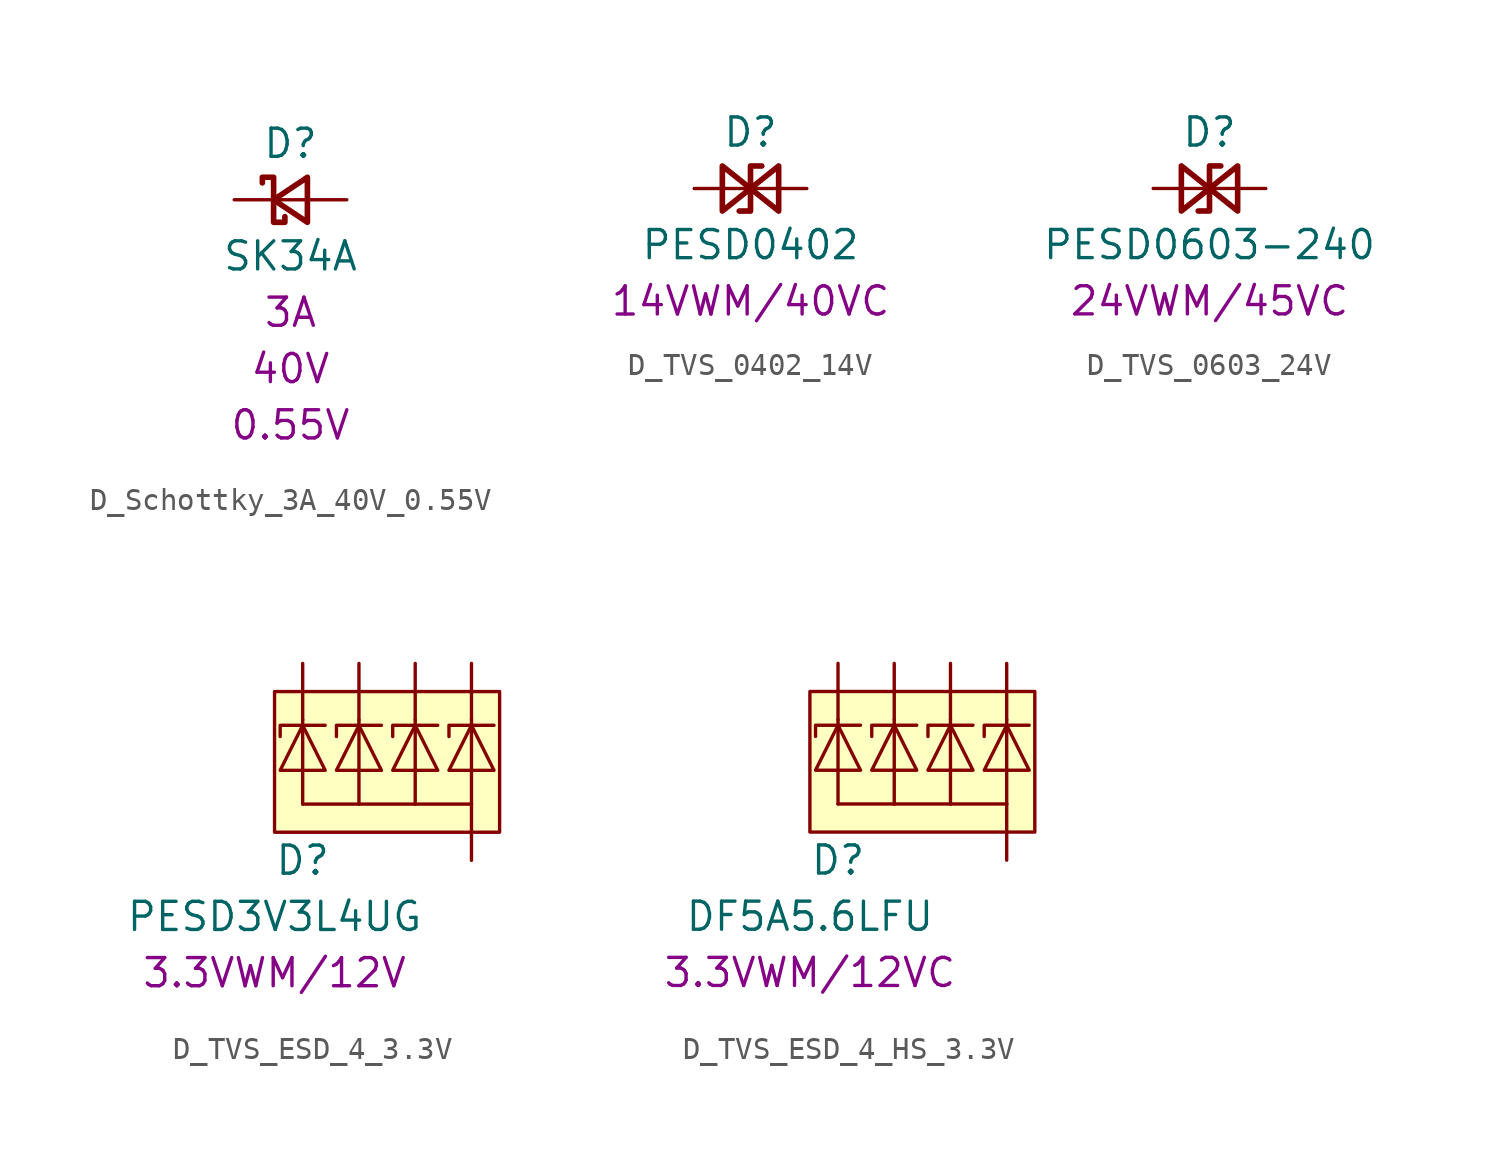
<source format=kicad_sym>
(kicad_symbol_lib
  (version 20241209)
  (generator "kicad_symbol_editor")
  (generator_version "9.0")
  (symbol "D_Schottky_3A_40V_0.55V"
    (pin_numbers
      (hide yes))
    (pin_names
      (offset 1.016)
      (hide yes))
    (property "Reference" "D"
      (at 0 2.54 0)
      (effects (font (size 1.27 1.27))))
    (property "Value" "SK34A"
      (at 0 -2.54 0)
      (effects (font (size 1.27 1.27))))
    (property "IMax" "3A"
      (at 0 -5.08 0)
      (effects (font (size 1.27 1.27))))
    (property "VDrop" "0.55V"
      (at 0 -10.16 0)
      (effects (font (size 1.27 1.27))))
    (property "VMax" "40V"
      (at 0 -7.62 0)
      (effects (font (size 1.27 1.27))))
    (symbol "D_Schottky_3A_40V_0.55V_0_1"
      (polyline (pts (xy -1.27 0.762) (xy -1.27 1.016) (xy -0.762 1.016) (xy -0.762 -1.016) (xy -0.254 -1.016) (xy -0.254 -0.762)) (stroke (width 0.254) (type default)) (fill (type none)))
      (polyline (pts (xy -0.762 0) (xy 0.762 0)) (stroke (width 0) (type default)) (fill (type none)))
      (polyline (pts (xy 0.762 -1.016) (xy -0.762 0) (xy 0.762 1.016) (xy 0.762 -1.016)) (stroke (width 0.254) (type default)) (fill (type none))))
    (symbol "D_Schottky_3A_40V_0.55V_1_1"
      (pin passive line (at -2.54 0 0) (length 1.778) (name "K" (effects (font (size 1.27 1.27)))) (number "1" (effects (font (size 1.27 1.27)))))
      (pin passive line (at 2.54 0 180) (length 1.778) (name "A" (effects (font (size 1.27 1.27)))) (number "2" (effects (font (size 1.27 1.27)))))))
  (symbol "D_TVS_0402_14V"
    (pin_numbers
      (hide yes))
    (pin_names
      (offset 1.016)
      (hide yes))
    (property "Reference" "D"
      (at 0 2.54 0)
      (effects (font (size 1.27 1.27))))
    (property "Value" "PESD0402"
      (at 0 -2.54 0)
      (effects (font (size 1.27 1.27))))
    (property "Rating" "14VWM/40VC"
      (at 0 -5.08 0)
      (effects (font (size 1.27 1.27))))
    (symbol "D_TVS_0402_14V_0_1"
      (polyline (pts (xy -1.27 1.016) (xy -1.27 -1.016) (xy 1.27 1.016) (xy 1.27 -1.016) (xy -1.27 1.016)) (stroke (width 0.254) (type default)) (fill (type none)))
      (polyline (pts (xy -1.27 0) (xy 1.27 0)) (stroke (width 0) (type default)) (fill (type none)))
      (polyline (pts (xy 0.508 1.016) (xy 0 1.016) (xy 0 -1.016) (xy -0.508 -1.016)) (stroke (width 0.254) (type default)) (fill (type none))))
    (symbol "D_TVS_0402_14V_1_1"
      (pin passive line (at -2.54 0 0) (length 1.27) (name "A1" (effects (font (size 1.27 1.27)))) (number "1" (effects (font (size 1.27 1.27)))))
      (pin passive line (at 2.54 0 180) (length 1.27) (name "A2" (effects (font (size 1.27 1.27)))) (number "2" (effects (font (size 1.27 1.27)))))))
  (symbol "D_TVS_0603_24V"
    (pin_numbers
      (hide yes))
    (pin_names
      (offset 1.016)
      (hide yes))
    (property "Reference" "D"
      (at 0 2.54 0)
      (effects (font (size 1.27 1.27))))
    (property "Value" "PESD0603-240"
      (at 0 -2.54 0)
      (effects (font (size 1.27 1.27))))
    (property "Rating" "24VWM/45VC"
      (at 0 -5.08 0)
      (effects (font (size 1.27 1.27))))
    (symbol "D_TVS_0603_24V_0_1"
      (polyline (pts (xy -1.27 1.016) (xy -1.27 -1.016) (xy 1.27 1.016) (xy 1.27 -1.016) (xy -1.27 1.016)) (stroke (width 0.254) (type default)) (fill (type none)))
      (polyline (pts (xy -1.27 0) (xy 1.27 0)) (stroke (width 0) (type default)) (fill (type none)))
      (polyline (pts (xy 0.508 1.016) (xy 0 1.016) (xy 0 -1.016) (xy -0.508 -1.016)) (stroke (width 0.254) (type default)) (fill (type none))))
    (symbol "D_TVS_0603_24V_1_1"
      (pin passive line (at -2.54 0 0) (length 1.27) (name "A1" (effects (font (size 1.27 1.27)))) (number "1" (effects (font (size 1.27 1.27)))))
      (pin passive line (at 2.54 0 180) (length 1.27) (name "A2" (effects (font (size 1.27 1.27)))) (number "2" (effects (font (size 1.27 1.27)))))))
  (symbol "D_TVS_ESD_4_3.3V"
    (pin_numbers
      (hide yes))
    (pin_names
      (hide yes))
    (property "Reference" "D"
      (at -2.54 -5.08 0)
      (effects (font (size 1.27 1.27))))
    (property "Value" "PESD3V3L4UG"
      (at -3.81 -7.62 0)
      (effects (font (size 1.27 1.27))))
    (property "Rating" "3.3VWM/12V"
      (at -3.81 -10.16 0)
      (effects (font (size 1.27 1.27))))
    (symbol "D_TVS_ESD_4_3.3V_0_1"
      (polyline (pts (xy -2.54 1.016) (xy -2.54 -2.54)) (stroke (width 0) (type default)) (fill (type none)))
      (polyline (pts (xy -1.524 1.016) (xy -3.556 1.016) (xy -3.556 0.508)) (stroke (width 0) (type default)) (fill (type none)))
      (polyline (pts (xy -1.524 -1.016) (xy -2.54 1.016) (xy -3.556 -1.016) (xy -1.524 -1.016)) (stroke (width 0) (type default)) (fill (type none)))
      (polyline (pts (xy 0 1.016) (xy 0 -2.54)) (stroke (width 0) (type default)) (fill (type none)))
      (polyline (pts (xy 1.016 1.016) (xy -1.016 1.016) (xy -1.016 0.508)) (stroke (width 0) (type default)) (fill (type none)))
      (polyline (pts (xy 1.016 -1.016) (xy 0 1.016) (xy -1.016 -1.016) (xy 1.016 -1.016)) (stroke (width 0) (type default)) (fill (type none)))
      (polyline (pts (xy 2.54 1.016) (xy 2.54 -2.54)) (stroke (width 0) (type default)) (fill (type none)))
      (polyline (pts (xy 3.556 1.016) (xy 1.524 1.016) (xy 1.524 0.508)) (stroke (width 0) (type default)) (fill (type none)))
      (polyline (pts (xy 3.556 -1.016) (xy 2.54 1.016) (xy 1.524 -1.016) (xy 3.556 -1.016)) (stroke (width 0) (type default)) (fill (type none)))
      (polyline (pts (xy 5.08 1.016) (xy 5.08 -2.54)) (stroke (width 0) (type default)) (fill (type none)))
      (polyline (pts (xy 6.096 1.016) (xy 4.064 1.016) (xy 4.064 0.508)) (stroke (width 0) (type default)) (fill (type none)))
      (polyline (pts (xy 6.096 -1.016) (xy 5.08 1.016) (xy 4.064 -1.016) (xy 6.096 -1.016)) (stroke (width 0) (type default)) (fill (type none))))
    (symbol "D_TVS_ESD_4_3.3V_1_1"
      (rectangle (start -3.81 2.54) (end 6.35 -3.81) (stroke (width 0) (type default)) (fill (type background)))
      (polyline (pts (xy -2.54 1.27) (xy -2.54 1.027)) (stroke (width 0) (type default)) (fill (type none)))
      (polyline (pts (xy 0 1.27) (xy 0 1.027)) (stroke (width 0) (type default)) (fill (type none)))
      (polyline (pts (xy 0 -2.54) (xy -2.54 -2.54)) (stroke (width 0) (type default)) (fill (type none)))
      (polyline (pts (xy 2.54 1.27) (xy 2.54 1.027)) (stroke (width 0) (type default)) (fill (type none)))
      (polyline (pts (xy 2.54 -2.54) (xy 0 -2.54)) (stroke (width 0) (type default)) (fill (type none)))
      (polyline (pts (xy 5.08 1.27) (xy 5.08 1.027)) (stroke (width 0) (type default)) (fill (type none)))
      (polyline (pts (xy 5.08 -2.54) (xy 2.54 -2.54)) (stroke (width 0) (type default)) (fill (type none)))
      (pin passive line (at -2.54 3.81 270) (length 2.54) (name "K1" (effects (font (size 1.27 1.27)))) (number "1" (effects (font (size 1.27 1.27)))))
      (pin passive line (at 0 3.81 270) (length 2.54) (name "K2" (effects (font (size 1.27 1.27)))) (number "3" (effects (font (size 1.27 1.27)))))
      (pin passive line (at 2.54 3.81 270) (length 2.54) (name "K3" (effects (font (size 1.27 1.27)))) (number "4" (effects (font (size 1.27 1.27)))))
      (pin passive line (at 5.08 3.81 270) (length 2.54) (name "K4" (effects (font (size 1.27 1.27)))) (number "5" (effects (font (size 1.27 1.27)))))
      (pin passive line (at 5.08 -5.08 90) (length 2.54) (name "A" (effects (font (size 1.27 1.27)))) (number "2" (effects (font (size 1.27 1.27)))))))
  (symbol "D_TVS_ESD_4_HS_3.3V"
    (pin_numbers
      (hide yes))
    (pin_names
      (hide yes))
    (property "Reference" "D"
      (at -2.54 -5.08 0)
      (effects (font (size 1.27 1.27))))
    (property "Value" "DF5A5.6LFU"
      (at -3.81 -7.62 0)
      (effects (font (size 1.27 1.27))))
    (property "Rating" "3.3VWM/12VC"
      (at -3.81 -10.16 0)
      (effects (font (size 1.27 1.27))))
    (symbol "D_TVS_ESD_4_HS_3.3V_0_1"
      (polyline (pts (xy -2.54 1.016) (xy -2.54 -2.54)) (stroke (width 0) (type default)) (fill (type none)))
      (polyline (pts (xy -1.524 1.016) (xy -3.556 1.016) (xy -3.556 0.508)) (stroke (width 0) (type default)) (fill (type none)))
      (polyline (pts (xy -1.524 -1.016) (xy -2.54 1.016) (xy -3.556 -1.016) (xy -1.524 -1.016)) (stroke (width 0) (type default)) (fill (type none)))
      (polyline (pts (xy 0 1.016) (xy 0 -2.54)) (stroke (width 0) (type default)) (fill (type none)))
      (polyline (pts (xy 1.016 1.016) (xy -1.016 1.016) (xy -1.016 0.508)) (stroke (width 0) (type default)) (fill (type none)))
      (polyline (pts (xy 1.016 -1.016) (xy 0 1.016) (xy -1.016 -1.016) (xy 1.016 -1.016)) (stroke (width 0) (type default)) (fill (type none)))
      (polyline (pts (xy 2.54 1.016) (xy 2.54 -2.54)) (stroke (width 0) (type default)) (fill (type none)))
      (polyline (pts (xy 3.556 1.016) (xy 1.524 1.016) (xy 1.524 0.508)) (stroke (width 0) (type default)) (fill (type none)))
      (polyline (pts (xy 3.556 -1.016) (xy 2.54 1.016) (xy 1.524 -1.016) (xy 3.556 -1.016)) (stroke (width 0) (type default)) (fill (type none)))
      (polyline (pts (xy 5.08 1.016) (xy 5.08 -2.54)) (stroke (width 0) (type default)) (fill (type none)))
      (polyline (pts (xy 6.096 1.016) (xy 4.064 1.016) (xy 4.064 0.508)) (stroke (width 0) (type default)) (fill (type none)))
      (polyline (pts (xy 6.096 -1.016) (xy 5.08 1.016) (xy 4.064 -1.016) (xy 6.096 -1.016)) (stroke (width 0) (type default)) (fill (type none))))
    (symbol "D_TVS_ESD_4_HS_3.3V_1_1"
      (rectangle (start -3.81 2.54) (end 6.35 -3.81) (stroke (width 0) (type default)) (fill (type background)))
      (polyline (pts (xy -2.54 1.27) (xy -2.54 1.027)) (stroke (width 0) (type default)) (fill (type none)))
      (polyline (pts (xy 0 1.27) (xy 0 1.027)) (stroke (width 0) (type default)) (fill (type none)))
      (polyline (pts (xy 0 -2.54) (xy -2.54 -2.54)) (stroke (width 0) (type default)) (fill (type none)))
      (polyline (pts (xy 2.54 1.27) (xy 2.54 1.027)) (stroke (width 0) (type default)) (fill (type none)))
      (polyline (pts (xy 2.54 -2.54) (xy 0 -2.54)) (stroke (width 0) (type default)) (fill (type none)))
      (polyline (pts (xy 5.08 1.27) (xy 5.08 1.027)) (stroke (width 0) (type default)) (fill (type none)))
      (polyline (pts (xy 5.08 -2.54) (xy 2.54 -2.54)) (stroke (width 0) (type default)) (fill (type none)))
      (pin passive line (at -2.54 3.81 270) (length 2.54) (name "K1" (effects (font (size 1.27 1.27)))) (number "1" (effects (font (size 1.27 1.27)))))
      (pin passive line (at 0 3.81 270) (length 2.54) (name "K2" (effects (font (size 1.27 1.27)))) (number "3" (effects (font (size 1.27 1.27)))))
      (pin passive line (at 2.54 3.81 270) (length 2.54) (name "K3" (effects (font (size 1.27 1.27)))) (number "4" (effects (font (size 1.27 1.27)))))
      (pin passive line (at 5.08 3.81 270) (length 2.54) (name "K4" (effects (font (size 1.27 1.27)))) (number "5" (effects (font (size 1.27 1.27)))))
      (pin passive line (at 5.08 -5.08 90) (length 2.54) (name "A" (effects (font (size 1.27 1.27)))) (number "2" (effects (font (size 1.27 1.27))))))))
</source>
